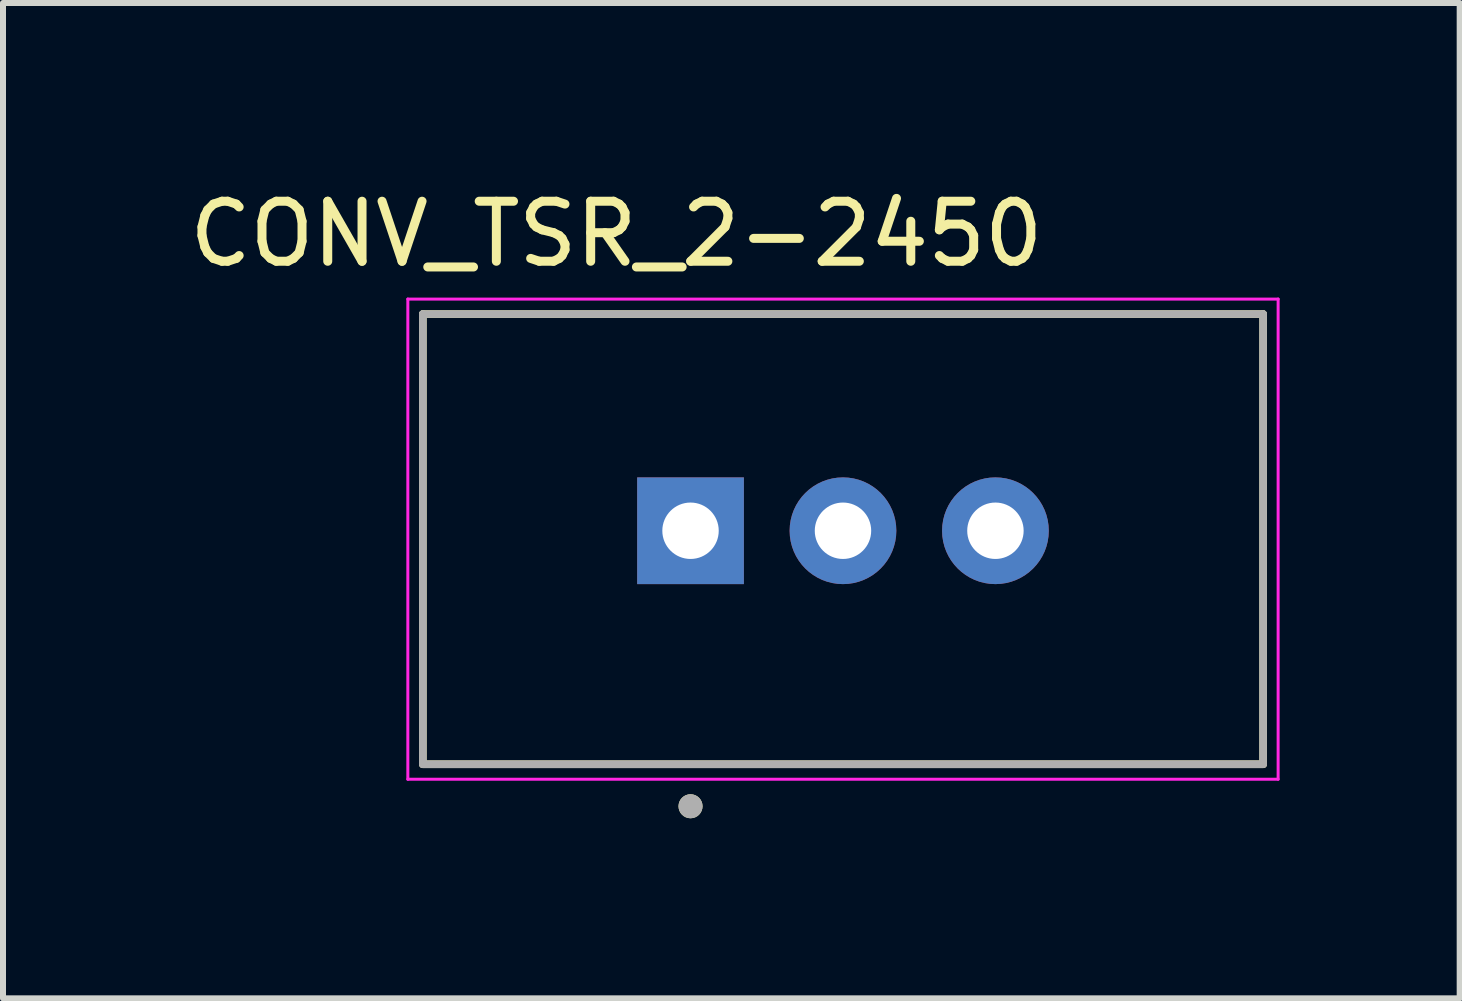
<source format=kicad_pcb>
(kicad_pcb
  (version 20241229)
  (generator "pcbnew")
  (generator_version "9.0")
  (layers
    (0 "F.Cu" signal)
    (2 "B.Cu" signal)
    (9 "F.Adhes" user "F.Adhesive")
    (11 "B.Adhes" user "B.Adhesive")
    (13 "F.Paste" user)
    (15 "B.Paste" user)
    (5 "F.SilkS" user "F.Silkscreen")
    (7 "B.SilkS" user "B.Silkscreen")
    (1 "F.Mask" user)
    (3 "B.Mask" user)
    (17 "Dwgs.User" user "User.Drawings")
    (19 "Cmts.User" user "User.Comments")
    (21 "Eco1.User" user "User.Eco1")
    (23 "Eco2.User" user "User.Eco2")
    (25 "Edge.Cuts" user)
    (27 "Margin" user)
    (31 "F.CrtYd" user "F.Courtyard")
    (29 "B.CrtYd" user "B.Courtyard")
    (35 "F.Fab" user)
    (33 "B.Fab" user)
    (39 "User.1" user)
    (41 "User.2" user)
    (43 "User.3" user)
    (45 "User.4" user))
  (footprint "CONV_TSR_2-2450"
    (layer "F.Cu")
    (at 10.995 5.933)
    (property "Reference" "CONV_TSR_2-2450" (at -3.775 -5.085 0) (layer "F.SilkS") (effects (font (size 1 1) (thickness 0.15))))
    (attr through_hole)
    (fp_line (start -7 -3.75) (end 7 -3.75) (stroke (width 0.127) (type solid)) (layer "F.SilkS"))
    (fp_line (start -7 3.75) (end -7 -3.75) (stroke (width 0.127) (type solid)) (layer "F.SilkS"))
    (fp_line (start 7 3.75) (end -7 3.75) (stroke (width 0.127) (type solid)) (layer "F.SilkS"))
    (fp_line (start 7 3.75) (end 7 -3.75) (stroke (width 0.127) (type solid)) (layer "F.SilkS"))
    (fp_circle (center -2.54 4.45) (end -2.44 4.45) (stroke (width 0.2) (type solid)) (fill no) (layer "F.SilkS"))
    (fp_line (start -7.25 -4) (end -7.25 4) (stroke (width 0.05) (type solid)) (layer "F.CrtYd"))
    (fp_line (start -7.25 -4) (end 7.25 -4) (stroke (width 0.05) (type solid)) (layer "F.CrtYd"))
    (fp_line (start 7.25 4) (end -7.25 4) (stroke (width 0.05) (type solid)) (layer "F.CrtYd"))
    (fp_line (start 7.25 4) (end 7.25 -4) (stroke (width 0.05) (type solid)) (layer "F.CrtYd"))
    (fp_line (start -7 -3.75) (end 7 -3.75) (stroke (width 0.127) (type solid)) (layer "F.Fab"))
    (fp_line (start -7 3.75) (end -7 -3.75) (stroke (width 0.127) (type solid)) (layer "F.Fab"))
    (fp_line (start 7 -3.75) (end 7 3.75) (stroke (width 0.127) (type solid)) (layer "F.Fab"))
    (fp_line (start 7 3.75) (end -7 3.75) (stroke (width 0.127) (type solid)) (layer "F.Fab"))
    (fp_circle (center -2.54 4.45) (end -2.44 4.45) (stroke (width 0.2) (type solid)) (fill no) (layer "F.Fab"))
    (pad "1" thru_hole rect (at -2.54 -0.14) (size 1.778 1.778) (drill 0.94) (layers "*.Cu" "*.Mask"))
    (pad "2" thru_hole circle (at 0 -0.14) (size 1.778 1.778) (drill 0.94) (layers "*.Cu" "*.Mask"))
    (pad "3" thru_hole circle (at 2.54 -0.14) (size 1.778 1.778) (drill 0.94) (layers "*.Cu" "*.Mask")))
  (gr_rect
    (start -3 -3)
    (end 21.27 13.583)
    (stroke (width 0.1) (type default))
    (fill no)
    (layer "Edge.Cuts")))
</source>
